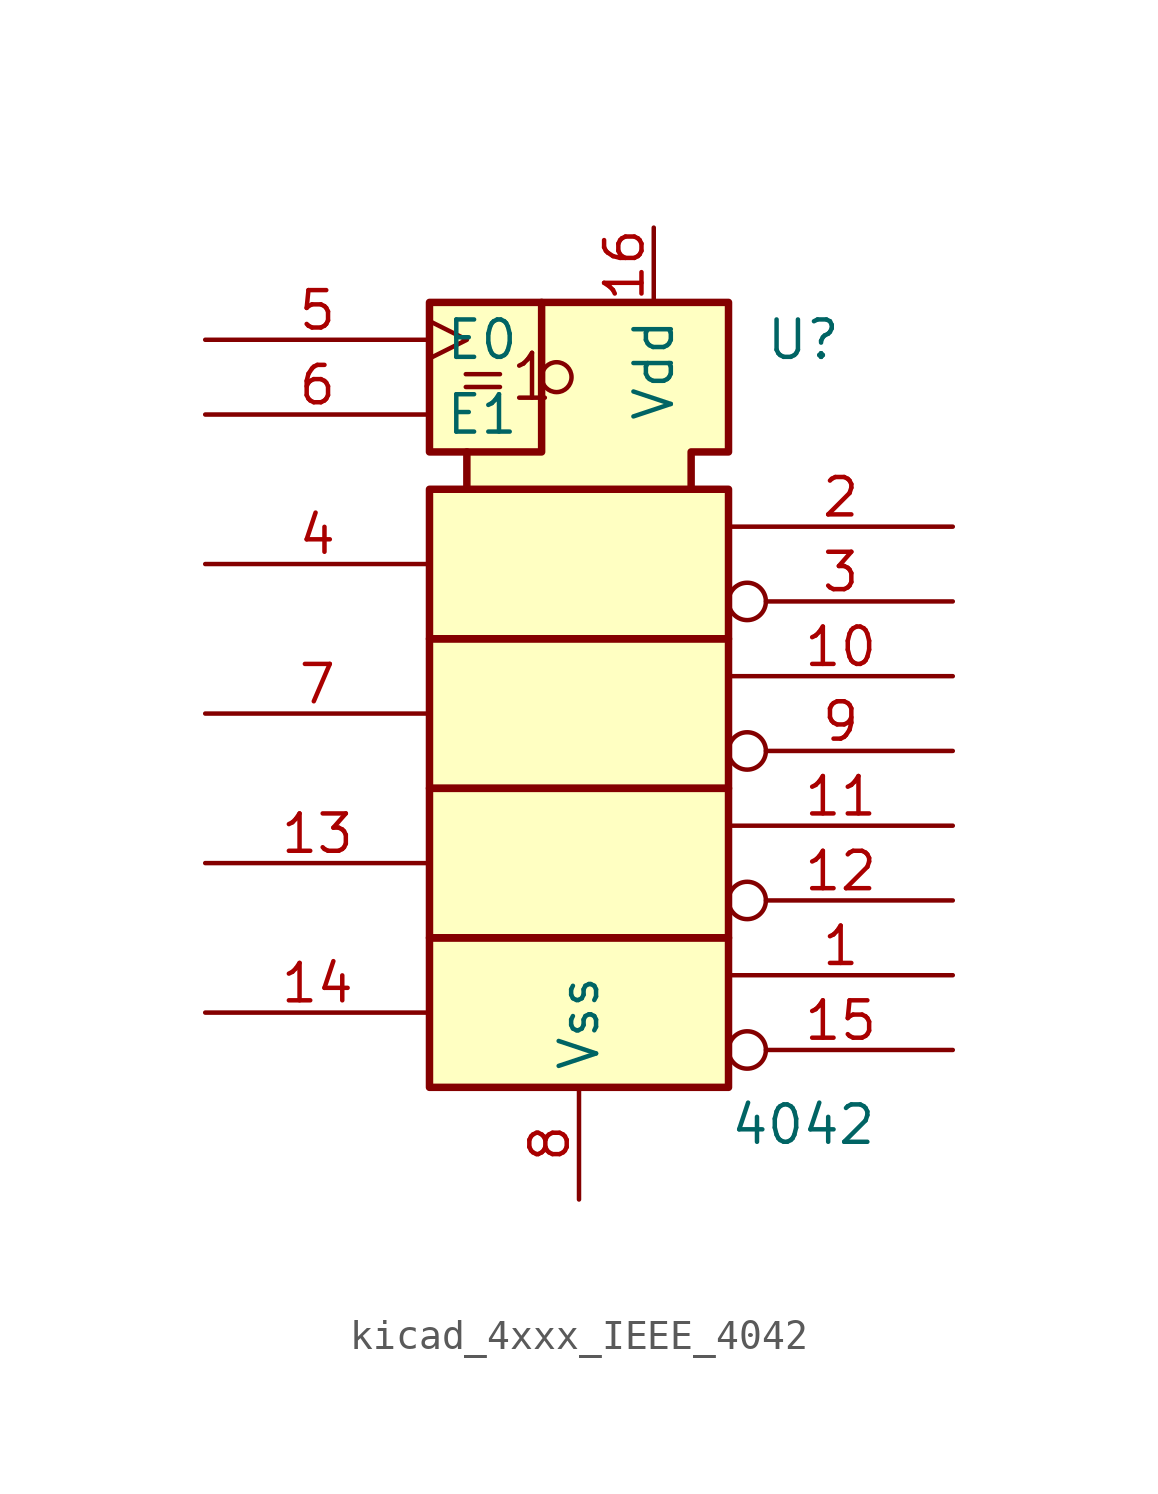
<source format=kicad_sym>
(kicad_symbol_lib
  (version 20220914)
  (generator kicad_symbol_editor)
  (symbol "kicad_4xxx_IEEE_4042"
    (property "Reference" "U"
      (at 7.62 11.43 0)
      (effects (font (size 1.27 1.27))))
    (property "Value" "4042"
      (at 7.62 -15.24 0)
      (effects (font (size 1.27 1.27))))
    (symbol "kicad_4xxx_IEEE_4042_0_0"
      (circle (center -0.762 10.16) (radius 0.508) (stroke (width 0) (type default)) (fill (type none)))
      (polyline (pts (xy -1.27 12.7) (xy -1.27 7.62) (xy -3.81 7.62) (xy -3.81 7.62)) (stroke (width 0.254) (type default)) (fill (type background)))
      (text "=1" (at -2.54 10.16 0) (effects (font (size 1.524 1.524)))))
    (symbol "kicad_4xxx_IEEE_4042_0_1"
      (rectangle (start -5.08 -8.89) (end 5.08 -13.97) (stroke (width 0.254) (type default)) (fill (type background)))
      (rectangle (start -5.08 1.27) (end 5.08 -3.81) (stroke (width 0.254) (type default)) (fill (type background)))
      (polyline (pts (xy -3.81 6.35) (xy -3.81 7.62) (xy -5.08 7.62) (xy -5.08 12.7) (xy 5.08 12.7) (xy 5.08 7.62) (xy 3.81 7.62) (xy 3.81 6.35) (xy 3.81 6.35)) (stroke (width 0.254) (type default)) (fill (type background)))
      (rectangle (start 5.08 -3.81) (end -5.08 -8.89) (stroke (width 0.254) (type default)) (fill (type background)))
      (rectangle (start 5.08 6.35) (end -5.08 1.27) (stroke (width 0.254) (type default)) (fill (type background))))
    (symbol "kicad_4xxx_IEEE_4042_1_0"
      (pin output line (at 12.7 -10.16 180) (length 7.62) (name "~" (effects (font (size 1.27 1.27)))) (number "1" (effects (font (size 1.27 1.27)))))
      (pin output line (at 12.7 0 180) (length 7.62) (name "~" (effects (font (size 1.27 1.27)))) (number "10" (effects (font (size 1.27 1.27)))))
      (pin output line (at 12.7 -5.08 180) (length 7.62) (name "~" (effects (font (size 1.27 1.27)))) (number "11" (effects (font (size 1.27 1.27)))))
      (pin output inverted (at 12.7 -7.62 180) (length 7.62) (name "~" (effects (font (size 1.27 1.27)))) (number "12" (effects (font (size 1.27 1.27)))))
      (pin input line (at -12.7 -6.35 0) (length 7.62) (name "~" (effects (font (size 1.27 1.27)))) (number "13" (effects (font (size 1.27 1.27)))))
      (pin input line (at -12.7 -11.43 0) (length 7.62) (name "~" (effects (font (size 1.27 1.27)))) (number "14" (effects (font (size 1.27 1.27)))))
      (pin output inverted (at 12.7 -12.7 180) (length 7.62) (name "~" (effects (font (size 1.27 1.27)))) (number "15" (effects (font (size 1.27 1.27)))))
      (pin power_in line (at 2.54 15.24 270) (length 2.54) (name "Vdd" (effects (font (size 1.27 1.27)))) (number "16" (effects (font (size 1.27 1.27)))))
      (pin output line (at 12.7 5.08 180) (length 7.62) (name "~" (effects (font (size 1.27 1.27)))) (number "2" (effects (font (size 1.27 1.27)))))
      (pin output inverted (at 12.7 2.54 180) (length 7.62) (name "~" (effects (font (size 1.27 1.27)))) (number "3" (effects (font (size 1.27 1.27)))))
      (pin input line (at -12.7 3.81 0) (length 7.62) (name "~" (effects (font (size 1.27 1.27)))) (number "4" (effects (font (size 1.27 1.27)))))
      (pin input clock (at -12.7 11.43 0) (length 7.62) (name "E0" (effects (font (size 1.27 1.27)))) (number "5" (effects (font (size 1.27 1.27)))))
      (pin input line (at -12.7 8.89 0) (length 7.62) (name "E1" (effects (font (size 1.27 1.27)))) (number "6" (effects (font (size 1.27 1.27)))))
      (pin input line (at -12.7 -1.27 0) (length 7.62) (name "~" (effects (font (size 1.27 1.27)))) (number "7" (effects (font (size 1.27 1.27)))))
      (pin power_in line (at 0 -17.78 90) (length 3.81) (name "Vss" (effects (font (size 1.27 1.27)))) (number "8" (effects (font (size 1.27 1.27)))))
      (pin output inverted (at 12.7 -2.54 180) (length 7.62) (name "~" (effects (font (size 1.27 1.27)))) (number "9" (effects (font (size 1.27 1.27))))))))
</source>
